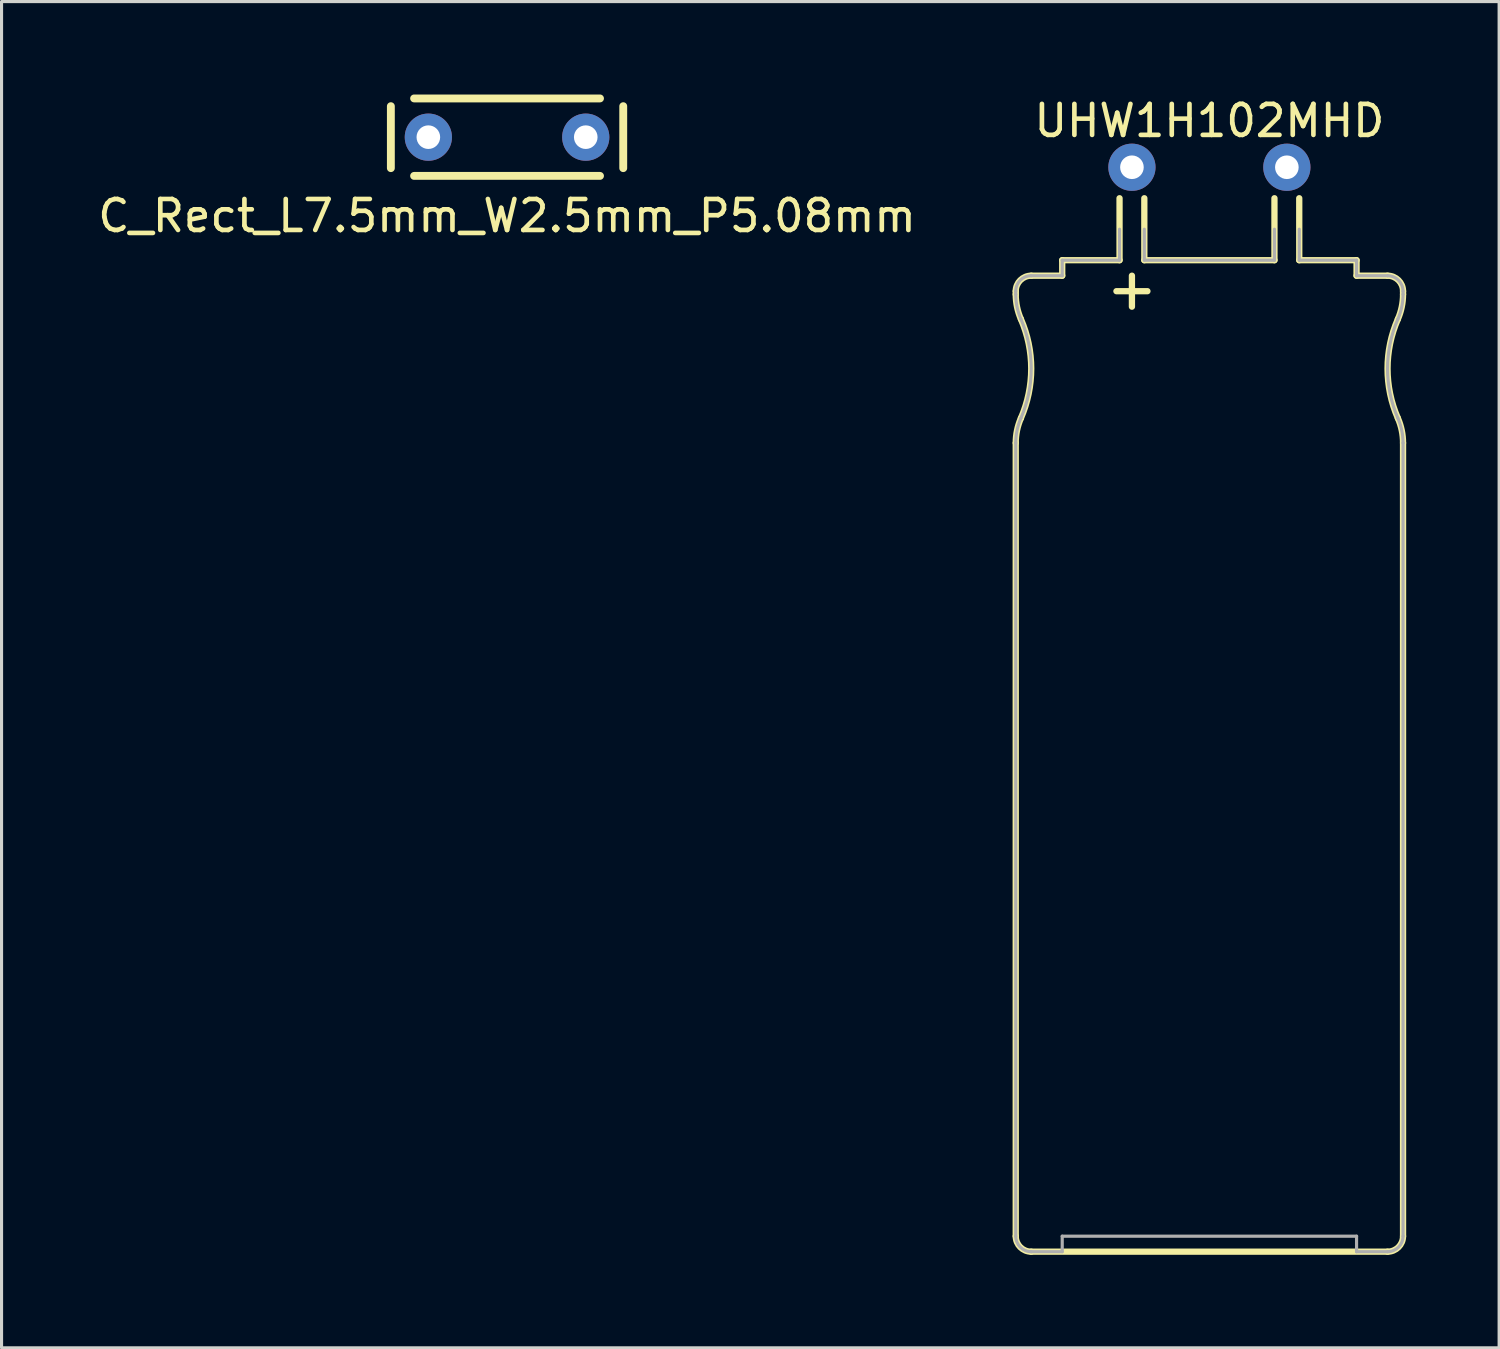
<source format=kicad_pcb>
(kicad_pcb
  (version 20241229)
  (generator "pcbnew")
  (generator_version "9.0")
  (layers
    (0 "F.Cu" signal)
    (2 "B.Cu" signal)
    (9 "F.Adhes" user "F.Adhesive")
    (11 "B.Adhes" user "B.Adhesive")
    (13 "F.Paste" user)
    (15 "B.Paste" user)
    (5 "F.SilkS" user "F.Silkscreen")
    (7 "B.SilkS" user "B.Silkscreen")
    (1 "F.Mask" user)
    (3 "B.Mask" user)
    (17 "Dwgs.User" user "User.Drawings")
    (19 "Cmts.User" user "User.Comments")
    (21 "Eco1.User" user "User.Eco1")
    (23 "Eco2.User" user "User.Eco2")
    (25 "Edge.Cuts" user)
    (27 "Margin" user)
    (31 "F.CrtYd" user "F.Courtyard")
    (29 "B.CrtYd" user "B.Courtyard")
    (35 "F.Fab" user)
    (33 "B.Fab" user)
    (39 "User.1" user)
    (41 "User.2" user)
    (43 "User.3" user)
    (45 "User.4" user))
  (footprint "C_Rect_L7.5mm_W2.5mm_P5.08mm"
    (layer "F.Cu")
    (at 13.315 1.377)
    (property "Reference" "C_Rect_L7.5mm_W2.5mm_P5.08mm" (at 0 2.54 0) (layer "F.SilkS") (effects (font (size 1 1) (thickness 0.15))))
    (attr through_hole)
    (fp_line (start -3.75 1) (end -3.75 -1) (stroke (width 0.254) (type solid)) (layer "F.SilkS"))
    (fp_line (start -3 -1.25) (end 3 -1.25) (stroke (width 0.254) (type solid)) (layer "F.SilkS"))
    (fp_line (start 3 1.25) (end -3 1.25) (stroke (width 0.254) (type solid)) (layer "F.SilkS"))
    (fp_line (start 3.75 -1) (end 3.75 1) (stroke (width 0.254) (type solid)) (layer "F.SilkS"))
    (pad "1" thru_hole circle (at -2.54 0) (size 1.524 1.524) (drill 0.762) (layers "*.Cu" "*.Mask"))
    (pad "2" thru_hole circle (at 2.54 0) (size 1.524 1.524) (drill 0.762) (layers "*.Cu" "*.Mask")))
  (footprint "UHW1H102MHD"
    (layer "F.Cu")
    (at 35.983 2.348)
    (property "Reference" "UHW1H102MHD" (at 0 -1.5 0) (layer "F.SilkS") (effects (font (size 1 1) (thickness 0.15))))
    (attr through_hole)
    (fp_line (start -6.25 4.102) (end -6.25 4) (stroke (width 0.203) (type solid)) (layer "F.SilkS"))
    (fp_line (start -6.25 34.5) (end -6.25 8.898) (stroke (width 0.203) (type solid)) (layer "F.SilkS"))
    (fp_line (start -5.75 3.5) (end -4.75 3.5) (stroke (width 0.203) (type solid)) (layer "F.SilkS"))
    (fp_line (start -4.75 3) (end -2.9 3) (stroke (width 0.203) (type solid)) (layer "F.SilkS"))
    (fp_line (start -4.75 3.5) (end -4.75 3) (stroke (width 0.203) (type solid)) (layer "F.SilkS"))
    (fp_line (start -3 4) (end -2 4) (stroke (width 0.203) (type solid)) (layer "F.SilkS"))
    (fp_line (start -2.9 3) (end -2.9 1) (stroke (width 0.203) (type solid)) (layer "F.SilkS"))
    (fp_line (start -2.5 3.5) (end -2.5 4.5) (stroke (width 0.203) (type solid)) (layer "F.SilkS"))
    (fp_line (start -2.1 1) (end -2.1 3) (stroke (width 0.203) (type solid)) (layer "F.SilkS"))
    (fp_line (start -2.1 3) (end 2.1 3) (stroke (width 0.203) (type solid)) (layer "F.SilkS"))
    (fp_line (start 2.1 3) (end 2.1 1) (stroke (width 0.203) (type solid)) (layer "F.SilkS"))
    (fp_line (start 2.9 1) (end 2.9 3) (stroke (width 0.203) (type solid)) (layer "F.SilkS"))
    (fp_line (start 2.9 3) (end 4.75 3) (stroke (width 0.203) (type solid)) (layer "F.SilkS"))
    (fp_line (start 4.75 3) (end 4.75 3.5) (stroke (width 0.203) (type solid)) (layer "F.SilkS"))
    (fp_line (start 4.75 3.5) (end 5.75 3.5) (stroke (width 0.203) (type solid)) (layer "F.SilkS"))
    (fp_line (start 5.75 35) (end -5.75 35) (stroke (width 0.203) (type solid)) (layer "F.SilkS"))
    (fp_line (start 6.25 4) (end 6.25 4.102) (stroke (width 0.203) (type solid)) (layer "F.SilkS"))
    (fp_line (start 6.25 8.898) (end 6.25 34.5) (stroke (width 0.203) (type solid)) (layer "F.SilkS"))
    (fp_arc (start -6.25 8.897915) (mid -6.20789 8.489667) (end -6.083333 8.09861) (stroke (width 0.2032) (type solid)) (layer "F.SilkS"))
    (fp_arc (start -6.249999 3.999999) (mid -6.103553 3.646446) (end -5.75 3.5) (stroke (width 0.2032) (type solid)) (layer "F.SilkS"))
    (fp_arc (start -6.083333 4.901389) (mid -6.20789 4.510332) (end -6.25 4.102084) (stroke (width 0.2032) (type solid)) (layer "F.SilkS"))
    (fp_arc (start -6.083333 4.901389) (mid -5.75 6.499999) (end -6.083333 8.09861) (stroke (width 0.2032) (type solid)) (layer "F.SilkS"))
    (fp_arc (start -5.75 35) (mid -6.103553 34.853553) (end -6.25 34.5) (stroke (width 0.2032) (type solid)) (layer "F.SilkS"))
    (fp_arc (start 5.750001 3.499999) (mid 6.103554 3.646446) (end 6.25 4) (stroke (width 0.2032) (type solid)) (layer "F.SilkS"))
    (fp_arc (start 6.083333 8.098609) (mid 6.20789 8.489666) (end 6.25 8.897915) (stroke (width 0.2032) (type solid)) (layer "F.SilkS"))
    (fp_arc (start 6.083333 8.09861) (mid 5.75 6.5) (end 6.083333 4.901389) (stroke (width 0.2032) (type solid)) (layer "F.SilkS"))
    (fp_arc (start 6.25 4.102084) (mid 6.20789 4.510332) (end 6.083333 4.901389) (stroke (width 0.2032) (type solid)) (layer "F.SilkS"))
    (fp_arc (start 6.25 34.5) (mid 6.103553 34.853553) (end 5.75 35) (stroke (width 0.2032) (type solid)) (layer "F.SilkS"))
    (fp_line (start -6.25 4.102) (end -6.25 4) (stroke (width 0.102) (type solid)) (layer "F.Fab"))
    (fp_line (start -6.25 34.5) (end -6.25 8.898) (stroke (width 0.102) (type solid)) (layer "F.Fab"))
    (fp_line (start -5.75 3.5) (end -4.75 3.5) (stroke (width 0.102) (type solid)) (layer "F.Fab"))
    (fp_line (start -4.75 3) (end -2.9 3) (stroke (width 0.102) (type solid)) (layer "F.Fab"))
    (fp_line (start -4.75 3.5) (end -4.75 3) (stroke (width 0.102) (type solid)) (layer "F.Fab"))
    (fp_line (start -4.75 34.5) (end -4.75 35) (stroke (width 0.102) (type solid)) (layer "F.Fab"))
    (fp_line (start -4.75 35) (end -5.75 35) (stroke (width 0.102) (type solid)) (layer "F.Fab"))
    (fp_line (start -2.9 3) (end -2.9 2) (stroke (width 0.102) (type solid)) (layer "F.Fab"))
    (fp_line (start -2.1 2) (end -2.1 3) (stroke (width 0.102) (type solid)) (layer "F.Fab"))
    (fp_line (start -2.1 3) (end 2.1 3) (stroke (width 0.102) (type solid)) (layer "F.Fab"))
    (fp_line (start 2.1 3) (end 2.1 2) (stroke (width 0.102) (type solid)) (layer "F.Fab"))
    (fp_line (start 2.9 2) (end 2.9 3) (stroke (width 0.102) (type solid)) (layer "F.Fab"))
    (fp_line (start 2.9 3) (end 4.75 3) (stroke (width 0.102) (type solid)) (layer "F.Fab"))
    (fp_line (start 4.75 3) (end 4.75 3.5) (stroke (width 0.102) (type solid)) (layer "F.Fab"))
    (fp_line (start 4.75 3.5) (end 5.75 3.5) (stroke (width 0.102) (type solid)) (layer "F.Fab"))
    (fp_line (start 4.75 34.5) (end -4.75 34.5) (stroke (width 0.102) (type solid)) (layer "F.Fab"))
    (fp_line (start 4.75 35) (end 4.75 34.5) (stroke (width 0.102) (type solid)) (layer "F.Fab"))
    (fp_line (start 5.75 35) (end 4.75 35) (stroke (width 0.102) (type solid)) (layer "F.Fab"))
    (fp_line (start 6.25 4) (end 6.25 4.102) (stroke (width 0.102) (type solid)) (layer "F.Fab"))
    (fp_line (start 6.25 8.898) (end 6.25 34.5) (stroke (width 0.102) (type solid)) (layer "F.Fab"))
    (fp_arc (start -6.25 8.897915) (mid -6.20789 8.489667) (end -6.083333 8.09861) (stroke (width 0.1016) (type solid)) (layer "F.Fab"))
    (fp_arc (start -6.249999 3.999999) (mid -6.103553 3.646446) (end -5.75 3.5) (stroke (width 0.1016) (type solid)) (layer "F.Fab"))
    (fp_arc (start -6.083333 4.901389) (mid -6.20789 4.510332) (end -6.25 4.102084) (stroke (width 0.1016) (type solid)) (layer "F.Fab"))
    (fp_arc (start -6.083333 4.901389) (mid -5.75 6.499999) (end -6.083333 8.09861) (stroke (width 0.1016) (type solid)) (layer "F.Fab"))
    (fp_arc (start -5.75 35) (mid -6.103553 34.853553) (end -6.25 34.5) (stroke (width 0.1016) (type solid)) (layer "F.Fab"))
    (fp_arc (start 5.750001 3.499999) (mid 6.103554 3.646446) (end 6.25 4) (stroke (width 0.1016) (type solid)) (layer "F.Fab"))
    (fp_arc (start 6.083333 8.098609) (mid 6.20789 8.489666) (end 6.25 8.897915) (stroke (width 0.1016) (type solid)) (layer "F.Fab"))
    (fp_arc (start 6.083333 8.09861) (mid 5.75 6.5) (end 6.083333 4.901389) (stroke (width 0.1016) (type solid)) (layer "F.Fab"))
    (fp_arc (start 6.25 4.102084) (mid 6.20789 4.510332) (end 6.083333 4.901389) (stroke (width 0.1016) (type solid)) (layer "F.Fab"))
    (fp_arc (start 6.25 34.5) (mid 6.103553 34.853553) (end 5.75 35) (stroke (width 0.1016) (type solid)) (layer "F.Fab"))
    (pad "1" thru_hole circle (at -2.5 0) (size 1.524 1.524) (drill 0.762) (layers "*.Cu" "*.Mask"))
    (pad "2" thru_hole circle (at 2.5 0) (size 1.524 1.524) (drill 0.762) (layers "*.Cu" "*.Mask")))
  (gr_rect
    (start -3 -3)
    (end 45.334 40.45)
    (stroke (width 0.1) (type default))
    (fill no)
    (layer "Edge.Cuts")))
</source>
